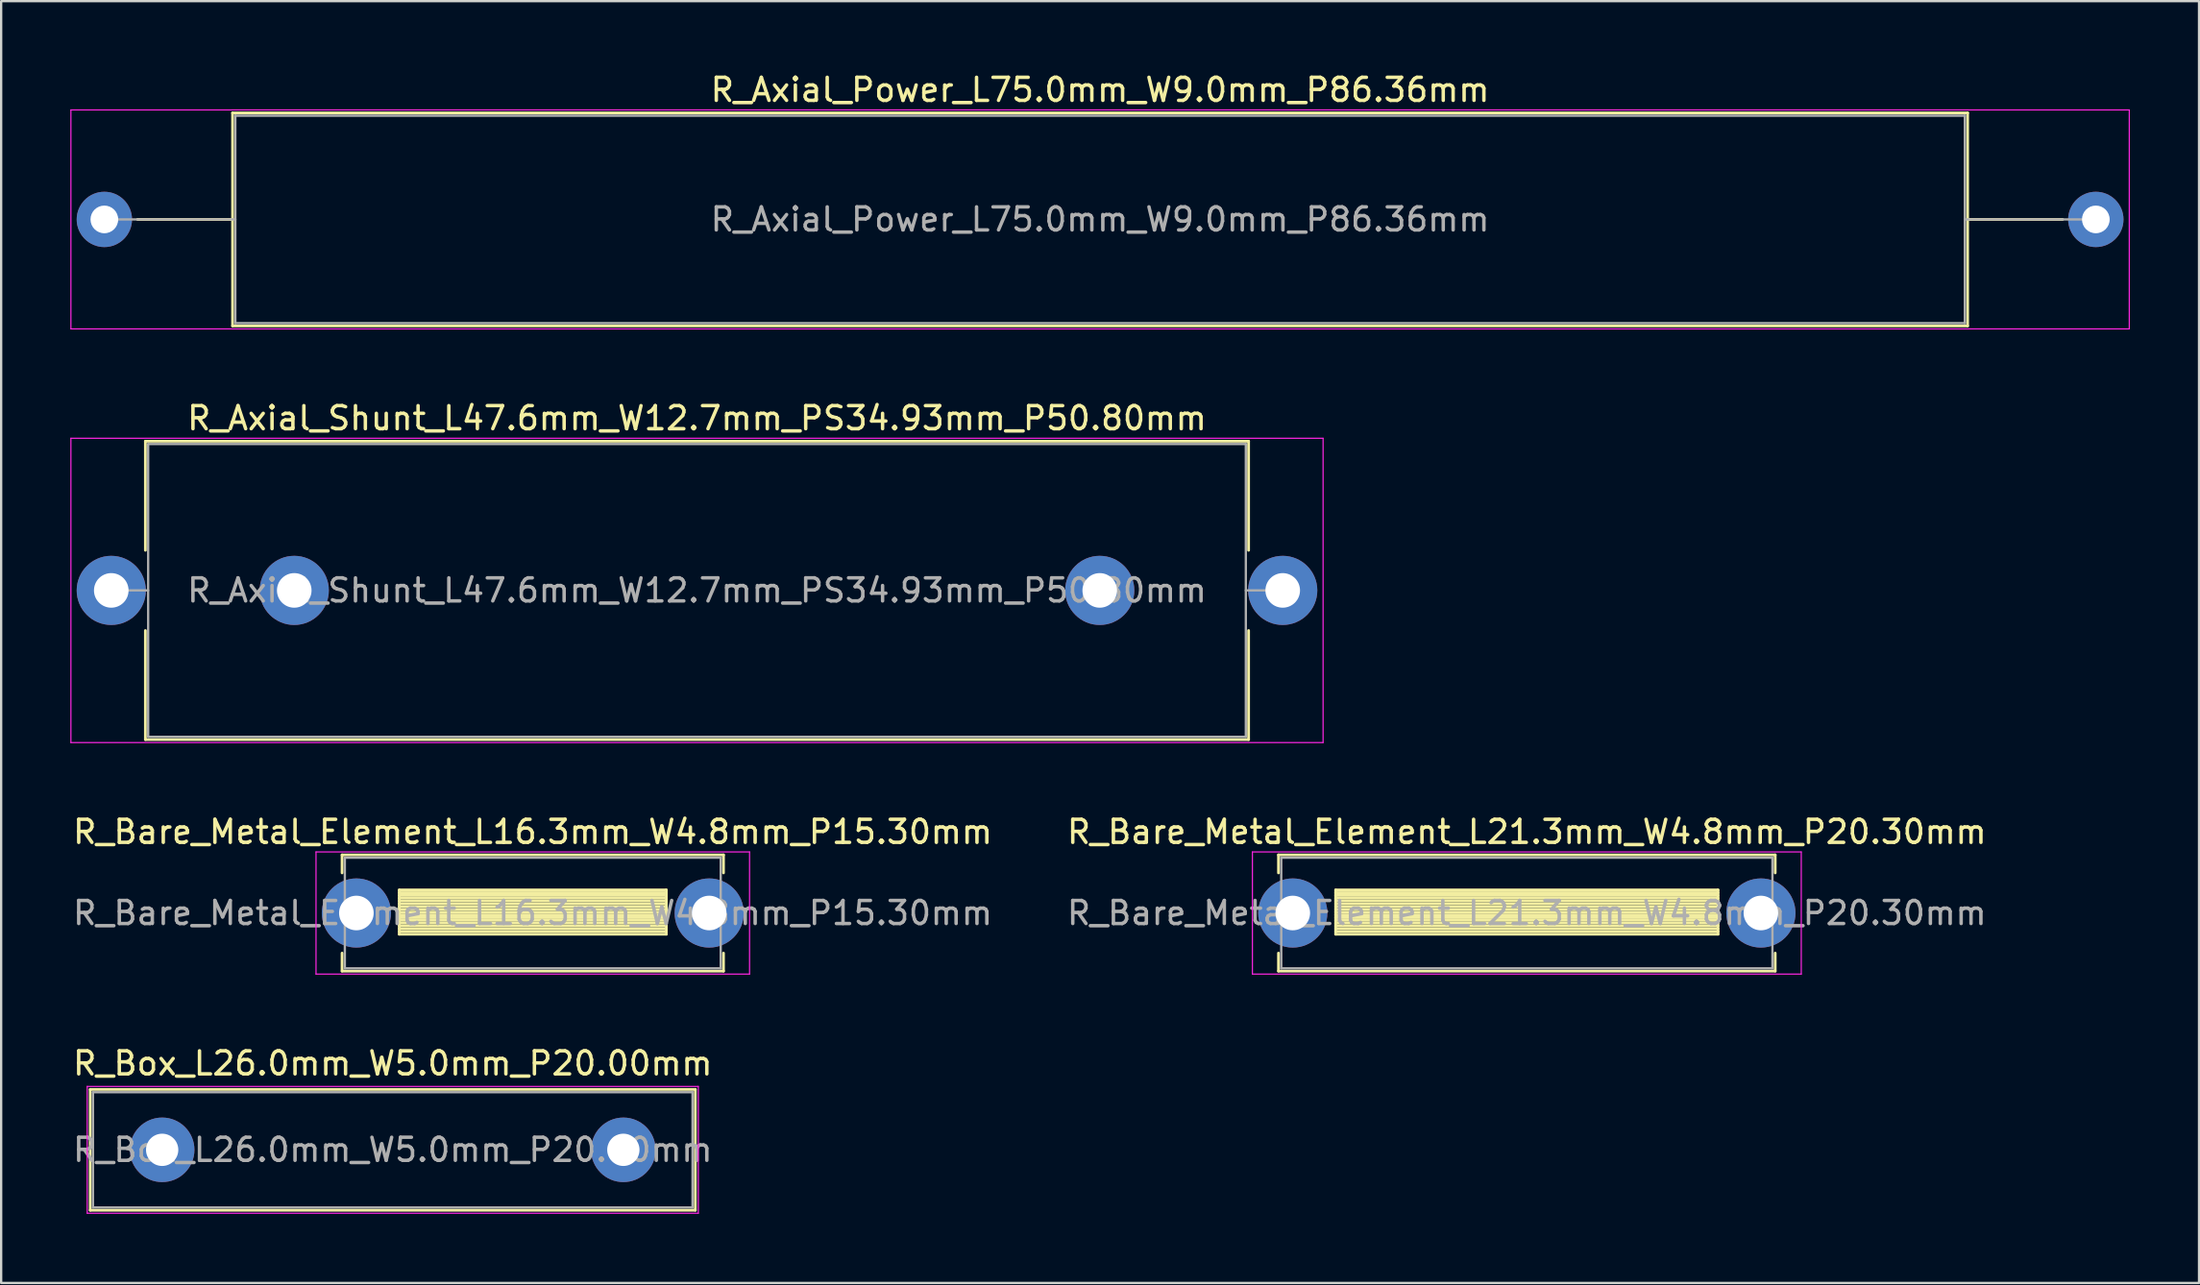
<source format=kicad_pcb>
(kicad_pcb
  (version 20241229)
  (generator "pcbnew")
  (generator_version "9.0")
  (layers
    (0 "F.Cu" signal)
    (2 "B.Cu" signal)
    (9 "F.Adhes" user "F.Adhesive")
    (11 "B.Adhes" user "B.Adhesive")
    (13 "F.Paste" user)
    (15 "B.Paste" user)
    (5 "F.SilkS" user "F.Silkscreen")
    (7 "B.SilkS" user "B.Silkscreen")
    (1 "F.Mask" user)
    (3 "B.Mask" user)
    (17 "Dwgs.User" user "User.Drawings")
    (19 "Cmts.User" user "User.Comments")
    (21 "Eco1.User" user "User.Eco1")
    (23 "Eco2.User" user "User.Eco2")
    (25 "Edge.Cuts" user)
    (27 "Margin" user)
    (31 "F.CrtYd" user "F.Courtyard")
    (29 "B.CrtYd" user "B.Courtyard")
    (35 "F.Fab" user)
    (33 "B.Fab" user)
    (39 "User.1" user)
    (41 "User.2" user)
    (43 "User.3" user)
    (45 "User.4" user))
  (footprint "R_Axial_Shunt_L47.6mm_W12.7mm_PS34.93mm_P50.80mm"
    (layer "F.Cu")
    (at 1.775 22.561)
    (property "Reference" "R_Axial_Shunt_L47.6mm_W12.7mm_PS34.93mm_P50.80mm" (at 25.4 -7.47 0) (layer "F.SilkS") (effects (font (size 1 1) (thickness 0.15))))
    (attr through_hole)
    (fp_line (start 1.48 -6.47) (end 49.32 -6.47) (stroke (width 0.12) (type solid)) (layer "F.SilkS"))
    (fp_line (start 1.48 -1.74) (end 1.48 -6.47) (stroke (width 0.12) (type solid)) (layer "F.SilkS"))
    (fp_line (start 1.48 1.74) (end 1.48 6.47) (stroke (width 0.12) (type solid)) (layer "F.SilkS"))
    (fp_line (start 1.48 6.47) (end 49.32 6.47) (stroke (width 0.12) (type solid)) (layer "F.SilkS"))
    (fp_line (start 49.32 -6.47) (end 49.32 -1.74) (stroke (width 0.12) (type solid)) (layer "F.SilkS"))
    (fp_line (start 49.32 6.47) (end 49.32 1.74) (stroke (width 0.12) (type solid)) (layer "F.SilkS"))
    (fp_line (start -1.75 -6.6) (end -1.75 6.6) (stroke (width 0.05) (type solid)) (layer "F.CrtYd"))
    (fp_line (start -1.75 6.6) (end 52.55 6.6) (stroke (width 0.05) (type solid)) (layer "F.CrtYd"))
    (fp_line (start 52.55 -6.6) (end -1.75 -6.6) (stroke (width 0.05) (type solid)) (layer "F.CrtYd"))
    (fp_line (start 52.55 6.6) (end 52.55 -6.6) (stroke (width 0.05) (type solid)) (layer "F.CrtYd"))
    (fp_line (start 0 0) (end 1.6 0) (stroke (width 0.1) (type solid)) (layer "F.Fab"))
    (fp_line (start 1.6 -6.35) (end 1.6 6.35) (stroke (width 0.1) (type solid)) (layer "F.Fab"))
    (fp_line (start 1.6 6.35) (end 49.2 6.35) (stroke (width 0.1) (type solid)) (layer "F.Fab"))
    (fp_line (start 49.2 -6.35) (end 1.6 -6.35) (stroke (width 0.1) (type solid)) (layer "F.Fab"))
    (fp_line (start 49.2 6.35) (end 49.2 -6.35) (stroke (width 0.1) (type solid)) (layer "F.Fab"))
    (fp_line (start 50.8 0) (end 49.2 0) (stroke (width 0.1) (type solid)) (layer "F.Fab"))
    (fp_text user "${REFERENCE}" (at 25.4 0 0) (layer "F.Fab") (effects (font (size 1 1) (thickness 0.15))))
    (pad "1" thru_hole circle (at 0 0) (size 3 3) (drill 1.5) (layers "*.Cu" "*.Mask"))
    (pad "2" thru_hole oval (at 7.935 0) (size 3 3) (drill 1.5) (layers "*.Cu" "*.Mask"))
    (pad "3" thru_hole oval (at 42.865 0) (size 3 3) (drill 1.5) (layers "*.Cu" "*.Mask"))
    (pad "4" thru_hole oval (at 50.8 0) (size 3 3) (drill 1.5) (layers "*.Cu" "*.Mask")))
  (footprint "R_Box_L26.0mm_W5.0mm_P20.00mm"
    (layer "F.Cu")
    (at 3.982 46.828)
    (property "Reference" "R_Box_L26.0mm_W5.0mm_P20.00mm" (at 10 -3.75 0) (layer "F.SilkS") (effects (font (size 1 1) (thickness 0.15))))
    (attr through_hole)
    (fp_line (start -3.12 -2.62) (end -3.12 2.62) (stroke (width 0.12) (type solid)) (layer "F.SilkS"))
    (fp_line (start -3.12 -2.62) (end 23.12 -2.62) (stroke (width 0.12) (type solid)) (layer "F.SilkS"))
    (fp_line (start -3.12 2.62) (end 23.12 2.62) (stroke (width 0.12) (type solid)) (layer "F.SilkS"))
    (fp_line (start 23.12 -2.62) (end 23.12 2.62) (stroke (width 0.12) (type solid)) (layer "F.SilkS"))
    (fp_line (start -3.25 -2.75) (end -3.25 2.75) (stroke (width 0.05) (type solid)) (layer "F.CrtYd"))
    (fp_line (start -3.25 2.75) (end 23.25 2.75) (stroke (width 0.05) (type solid)) (layer "F.CrtYd"))
    (fp_line (start 23.25 -2.75) (end -3.25 -2.75) (stroke (width 0.05) (type solid)) (layer "F.CrtYd"))
    (fp_line (start 23.25 2.75) (end 23.25 -2.75) (stroke (width 0.05) (type solid)) (layer "F.CrtYd"))
    (fp_line (start -3 -2.5) (end -3 2.5) (stroke (width 0.1) (type solid)) (layer "F.Fab"))
    (fp_line (start -3 2.5) (end 23 2.5) (stroke (width 0.1) (type solid)) (layer "F.Fab"))
    (fp_line (start 23 -2.5) (end -3 -2.5) (stroke (width 0.1) (type solid)) (layer "F.Fab"))
    (fp_line (start 23 2.5) (end 23 -2.5) (stroke (width 0.1) (type solid)) (layer "F.Fab"))
    (fp_text user "${REFERENCE}" (at 10 0 0) (layer "F.Fab") (effects (font (size 1 1) (thickness 0.15))))
    (pad "1" thru_hole circle (at 0 0) (size 2.8 2.8) (drill 1.4) (layers "*.Cu" "*.Mask"))
    (pad "2" thru_hole circle (at 20 0) (size 2.8 2.8) (drill 1.4) (layers "*.Cu" "*.Mask")))
  (footprint "R_Bare_Metal_Element_L16.3mm_W4.8mm_P15.30mm"
    (layer "F.Cu")
    (at 12.404 36.555)
    (property "Reference" "R_Bare_Metal_Element_L16.3mm_W4.8mm_P15.30mm" (at 7.65 -3.52 0) (layer "F.SilkS") (effects (font (size 1 1) (thickness 0.15))))
    (attr through_hole)
    (fp_line (start -0.62 -2.52) (end 15.92 -2.52) (stroke (width 0.12) (type solid)) (layer "F.SilkS"))
    (fp_line (start -0.62 -1.74) (end -0.62 -2.52) (stroke (width 0.12) (type solid)) (layer "F.SilkS"))
    (fp_line (start -0.62 1.74) (end -0.62 2.52) (stroke (width 0.12) (type solid)) (layer "F.SilkS"))
    (fp_line (start -0.62 2.52) (end 15.92 2.52) (stroke (width 0.12) (type solid)) (layer "F.SilkS"))
    (fp_line (start 1.86 -1) (end 1.86 0.92) (stroke (width 0.12) (type solid)) (layer "F.SilkS"))
    (fp_line (start 1.86 -1) (end 13.44 -1) (stroke (width 0.12) (type solid)) (layer "F.SilkS"))
    (fp_line (start 1.86 -0.88) (end 13.44 -0.88) (stroke (width 0.12) (type solid)) (layer "F.SilkS"))
    (fp_line (start 1.86 -0.76) (end 13.44 -0.76) (stroke (width 0.12) (type solid)) (layer "F.SilkS"))
    (fp_line (start 1.86 -0.64) (end 13.44 -0.64) (stroke (width 0.12) (type solid)) (layer "F.SilkS"))
    (fp_line (start 1.86 -0.52) (end 13.44 -0.52) (stroke (width 0.12) (type solid)) (layer "F.SilkS"))
    (fp_line (start 1.86 -0.4) (end 13.44 -0.4) (stroke (width 0.12) (type solid)) (layer "F.SilkS"))
    (fp_line (start 1.86 -0.28) (end 13.44 -0.28) (stroke (width 0.12) (type solid)) (layer "F.SilkS"))
    (fp_line (start 1.86 -0.16) (end 13.44 -0.16) (stroke (width 0.12) (type solid)) (layer "F.SilkS"))
    (fp_line (start 1.86 -0.04) (end 13.44 -0.04) (stroke (width 0.12) (type solid)) (layer "F.SilkS"))
    (fp_line (start 1.86 0.08) (end 13.44 0.08) (stroke (width 0.12) (type solid)) (layer "F.SilkS"))
    (fp_line (start 1.86 0.2) (end 13.44 0.2) (stroke (width 0.12) (type solid)) (layer "F.SilkS"))
    (fp_line (start 1.86 0.32) (end 13.44 0.32) (stroke (width 0.12) (type solid)) (layer "F.SilkS"))
    (fp_line (start 1.86 0.44) (end 13.44 0.44) (stroke (width 0.12) (type solid)) (layer "F.SilkS"))
    (fp_line (start 1.86 0.56) (end 13.44 0.56) (stroke (width 0.12) (type solid)) (layer "F.SilkS"))
    (fp_line (start 1.86 0.68) (end 13.44 0.68) (stroke (width 0.12) (type solid)) (layer "F.SilkS"))
    (fp_line (start 1.86 0.8) (end 13.44 0.8) (stroke (width 0.12) (type solid)) (layer "F.SilkS"))
    (fp_line (start 1.86 0.92) (end 13.44 0.92) (stroke (width 0.12) (type solid)) (layer "F.SilkS"))
    (fp_line (start 13.44 -1) (end 13.44 0.92) (stroke (width 0.12) (type solid)) (layer "F.SilkS"))
    (fp_line (start 15.92 -2.52) (end 15.92 -1.74) (stroke (width 0.12) (type solid)) (layer "F.SilkS"))
    (fp_line (start 15.92 2.52) (end 15.92 1.74) (stroke (width 0.12) (type solid)) (layer "F.SilkS"))
    (fp_line (start -1.75 -2.65) (end -1.75 2.65) (stroke (width 0.05) (type solid)) (layer "F.CrtYd"))
    (fp_line (start -1.75 2.65) (end 17.05 2.65) (stroke (width 0.05) (type solid)) (layer "F.CrtYd"))
    (fp_line (start 17.05 -2.65) (end -1.75 -2.65) (stroke (width 0.05) (type solid)) (layer "F.CrtYd"))
    (fp_line (start 17.05 2.65) (end 17.05 -2.65) (stroke (width 0.05) (type solid)) (layer "F.CrtYd"))
    (fp_line (start -0.5 -2.4) (end -0.5 2.4) (stroke (width 0.1) (type solid)) (layer "F.Fab"))
    (fp_line (start -0.5 2.4) (end 15.8 2.4) (stroke (width 0.1) (type solid)) (layer "F.Fab"))
    (fp_line (start 15.8 -2.4) (end -0.5 -2.4) (stroke (width 0.1) (type solid)) (layer "F.Fab"))
    (fp_line (start 15.8 2.4) (end 15.8 -2.4) (stroke (width 0.1) (type solid)) (layer "F.Fab"))
    (fp_text user "${REFERENCE}" (at 7.65 0 0) (layer "F.Fab") (effects (font (size 1 1) (thickness 0.15))))
    (pad "1" thru_hole circle (at 0 0) (size 3 3) (drill 1.5) (layers "*.Cu" "*.Mask"))
    (pad "2" thru_hole oval (at 15.3 0) (size 3 3) (drill 1.5) (layers "*.Cu" "*.Mask")))
  (footprint "R_Bare_Metal_Element_L21.3mm_W4.8mm_P20.30mm"
    (layer "F.Cu")
    (at 53.011 36.555)
    (property "Reference" "R_Bare_Metal_Element_L21.3mm_W4.8mm_P20.30mm" (at 10.15 -3.52 0) (layer "F.SilkS") (effects (font (size 1 1) (thickness 0.15))))
    (attr through_hole)
    (fp_line (start -0.62 -2.52) (end 20.92 -2.52) (stroke (width 0.12) (type solid)) (layer "F.SilkS"))
    (fp_line (start -0.62 -1.74) (end -0.62 -2.52) (stroke (width 0.12) (type solid)) (layer "F.SilkS"))
    (fp_line (start -0.62 1.74) (end -0.62 2.52) (stroke (width 0.12) (type solid)) (layer "F.SilkS"))
    (fp_line (start -0.62 2.52) (end 20.92 2.52) (stroke (width 0.12) (type solid)) (layer "F.SilkS"))
    (fp_line (start 1.86 -1) (end 1.86 0.92) (stroke (width 0.12) (type solid)) (layer "F.SilkS"))
    (fp_line (start 1.86 -1) (end 18.44 -1) (stroke (width 0.12) (type solid)) (layer "F.SilkS"))
    (fp_line (start 1.86 -0.88) (end 18.44 -0.88) (stroke (width 0.12) (type solid)) (layer "F.SilkS"))
    (fp_line (start 1.86 -0.76) (end 18.44 -0.76) (stroke (width 0.12) (type solid)) (layer "F.SilkS"))
    (fp_line (start 1.86 -0.64) (end 18.44 -0.64) (stroke (width 0.12) (type solid)) (layer "F.SilkS"))
    (fp_line (start 1.86 -0.52) (end 18.44 -0.52) (stroke (width 0.12) (type solid)) (layer "F.SilkS"))
    (fp_line (start 1.86 -0.4) (end 18.44 -0.4) (stroke (width 0.12) (type solid)) (layer "F.SilkS"))
    (fp_line (start 1.86 -0.28) (end 18.44 -0.28) (stroke (width 0.12) (type solid)) (layer "F.SilkS"))
    (fp_line (start 1.86 -0.16) (end 18.44 -0.16) (stroke (width 0.12) (type solid)) (layer "F.SilkS"))
    (fp_line (start 1.86 -0.04) (end 18.44 -0.04) (stroke (width 0.12) (type solid)) (layer "F.SilkS"))
    (fp_line (start 1.86 0.08) (end 18.44 0.08) (stroke (width 0.12) (type solid)) (layer "F.SilkS"))
    (fp_line (start 1.86 0.2) (end 18.44 0.2) (stroke (width 0.12) (type solid)) (layer "F.SilkS"))
    (fp_line (start 1.86 0.32) (end 18.44 0.32) (stroke (width 0.12) (type solid)) (layer "F.SilkS"))
    (fp_line (start 1.86 0.44) (end 18.44 0.44) (stroke (width 0.12) (type solid)) (layer "F.SilkS"))
    (fp_line (start 1.86 0.56) (end 18.44 0.56) (stroke (width 0.12) (type solid)) (layer "F.SilkS"))
    (fp_line (start 1.86 0.68) (end 18.44 0.68) (stroke (width 0.12) (type solid)) (layer "F.SilkS"))
    (fp_line (start 1.86 0.8) (end 18.44 0.8) (stroke (width 0.12) (type solid)) (layer "F.SilkS"))
    (fp_line (start 1.86 0.92) (end 18.44 0.92) (stroke (width 0.12) (type solid)) (layer "F.SilkS"))
    (fp_line (start 18.44 -1) (end 18.44 0.92) (stroke (width 0.12) (type solid)) (layer "F.SilkS"))
    (fp_line (start 20.92 -2.52) (end 20.92 -1.74) (stroke (width 0.12) (type solid)) (layer "F.SilkS"))
    (fp_line (start 20.92 2.52) (end 20.92 1.74) (stroke (width 0.12) (type solid)) (layer "F.SilkS"))
    (fp_line (start -1.75 -2.65) (end -1.75 2.65) (stroke (width 0.05) (type solid)) (layer "F.CrtYd"))
    (fp_line (start -1.75 2.65) (end 22.05 2.65) (stroke (width 0.05) (type solid)) (layer "F.CrtYd"))
    (fp_line (start 22.05 -2.65) (end -1.75 -2.65) (stroke (width 0.05) (type solid)) (layer "F.CrtYd"))
    (fp_line (start 22.05 2.65) (end 22.05 -2.65) (stroke (width 0.05) (type solid)) (layer "F.CrtYd"))
    (fp_line (start -0.5 -2.4) (end -0.5 2.4) (stroke (width 0.1) (type solid)) (layer "F.Fab"))
    (fp_line (start -0.5 2.4) (end 20.8 2.4) (stroke (width 0.1) (type solid)) (layer "F.Fab"))
    (fp_line (start 20.8 -2.4) (end -0.5 -2.4) (stroke (width 0.1) (type solid)) (layer "F.Fab"))
    (fp_line (start 20.8 2.4) (end 20.8 -2.4) (stroke (width 0.1) (type solid)) (layer "F.Fab"))
    (fp_text user "${REFERENCE}" (at 10.15 0 0) (layer "F.Fab") (effects (font (size 1 1) (thickness 0.15))))
    (pad "1" thru_hole circle (at 0 0) (size 3 3) (drill 1.5) (layers "*.Cu" "*.Mask"))
    (pad "2" thru_hole oval (at 20.3 0) (size 3 3) (drill 1.5) (layers "*.Cu" "*.Mask")))
  (footprint "R_Axial_Power_L75.0mm_W9.0mm_P86.36mm"
    (layer "F.Cu")
    (at 1.475 6.468)
    (property "Reference" "R_Axial_Power_L75.0mm_W9.0mm_P86.36mm" (at 43.18 -5.62 0) (layer "F.SilkS") (effects (font (size 1 1) (thickness 0.15))))
    (attr through_hole)
    (fp_line (start 1.44 0) (end 5.56 0) (stroke (width 0.12) (type solid)) (layer "F.SilkS"))
    (fp_line (start 5.56 -4.62) (end 5.56 4.62) (stroke (width 0.12) (type solid)) (layer "F.SilkS"))
    (fp_line (start 5.56 4.62) (end 80.8 4.62) (stroke (width 0.12) (type solid)) (layer "F.SilkS"))
    (fp_line (start 80.8 -4.62) (end 5.56 -4.62) (stroke (width 0.12) (type solid)) (layer "F.SilkS"))
    (fp_line (start 80.8 4.62) (end 80.8 -4.62) (stroke (width 0.12) (type solid)) (layer "F.SilkS"))
    (fp_line (start 84.92 0) (end 80.8 0) (stroke (width 0.12) (type solid)) (layer "F.SilkS"))
    (fp_line (start -1.45 -4.75) (end -1.45 4.75) (stroke (width 0.05) (type solid)) (layer "F.CrtYd"))
    (fp_line (start -1.45 4.75) (end 87.81 4.75) (stroke (width 0.05) (type solid)) (layer "F.CrtYd"))
    (fp_line (start 87.81 -4.75) (end -1.45 -4.75) (stroke (width 0.05) (type solid)) (layer "F.CrtYd"))
    (fp_line (start 87.81 4.75) (end 87.81 -4.75) (stroke (width 0.05) (type solid)) (layer "F.CrtYd"))
    (fp_line (start 0 0) (end 5.68 0) (stroke (width 0.1) (type solid)) (layer "F.Fab"))
    (fp_line (start 5.68 -4.5) (end 5.68 4.5) (stroke (width 0.1) (type solid)) (layer "F.Fab"))
    (fp_line (start 5.68 4.5) (end 80.68 4.5) (stroke (width 0.1) (type solid)) (layer "F.Fab"))
    (fp_line (start 80.68 -4.5) (end 5.68 -4.5) (stroke (width 0.1) (type solid)) (layer "F.Fab"))
    (fp_line (start 80.68 4.5) (end 80.68 -4.5) (stroke (width 0.1) (type solid)) (layer "F.Fab"))
    (fp_line (start 86.36 0) (end 80.68 0) (stroke (width 0.1) (type solid)) (layer "F.Fab"))
    (fp_text user "${REFERENCE}" (at 43.18 0 0) (layer "F.Fab") (effects (font (size 1 1) (thickness 0.15))))
    (pad "1" thru_hole circle (at 0 0) (size 2.4 2.4) (drill 1.2) (layers "*.Cu" "*.Mask"))
    (pad "2" thru_hole oval (at 86.36 0) (size 2.4 2.4) (drill 1.2) (layers "*.Cu" "*.Mask")))
  (gr_rect
    (start -3 -3)
    (end 92.31 52.603)
    (stroke (width 0.1) (type default))
    (fill no)
    (layer "Edge.Cuts")))
</source>
